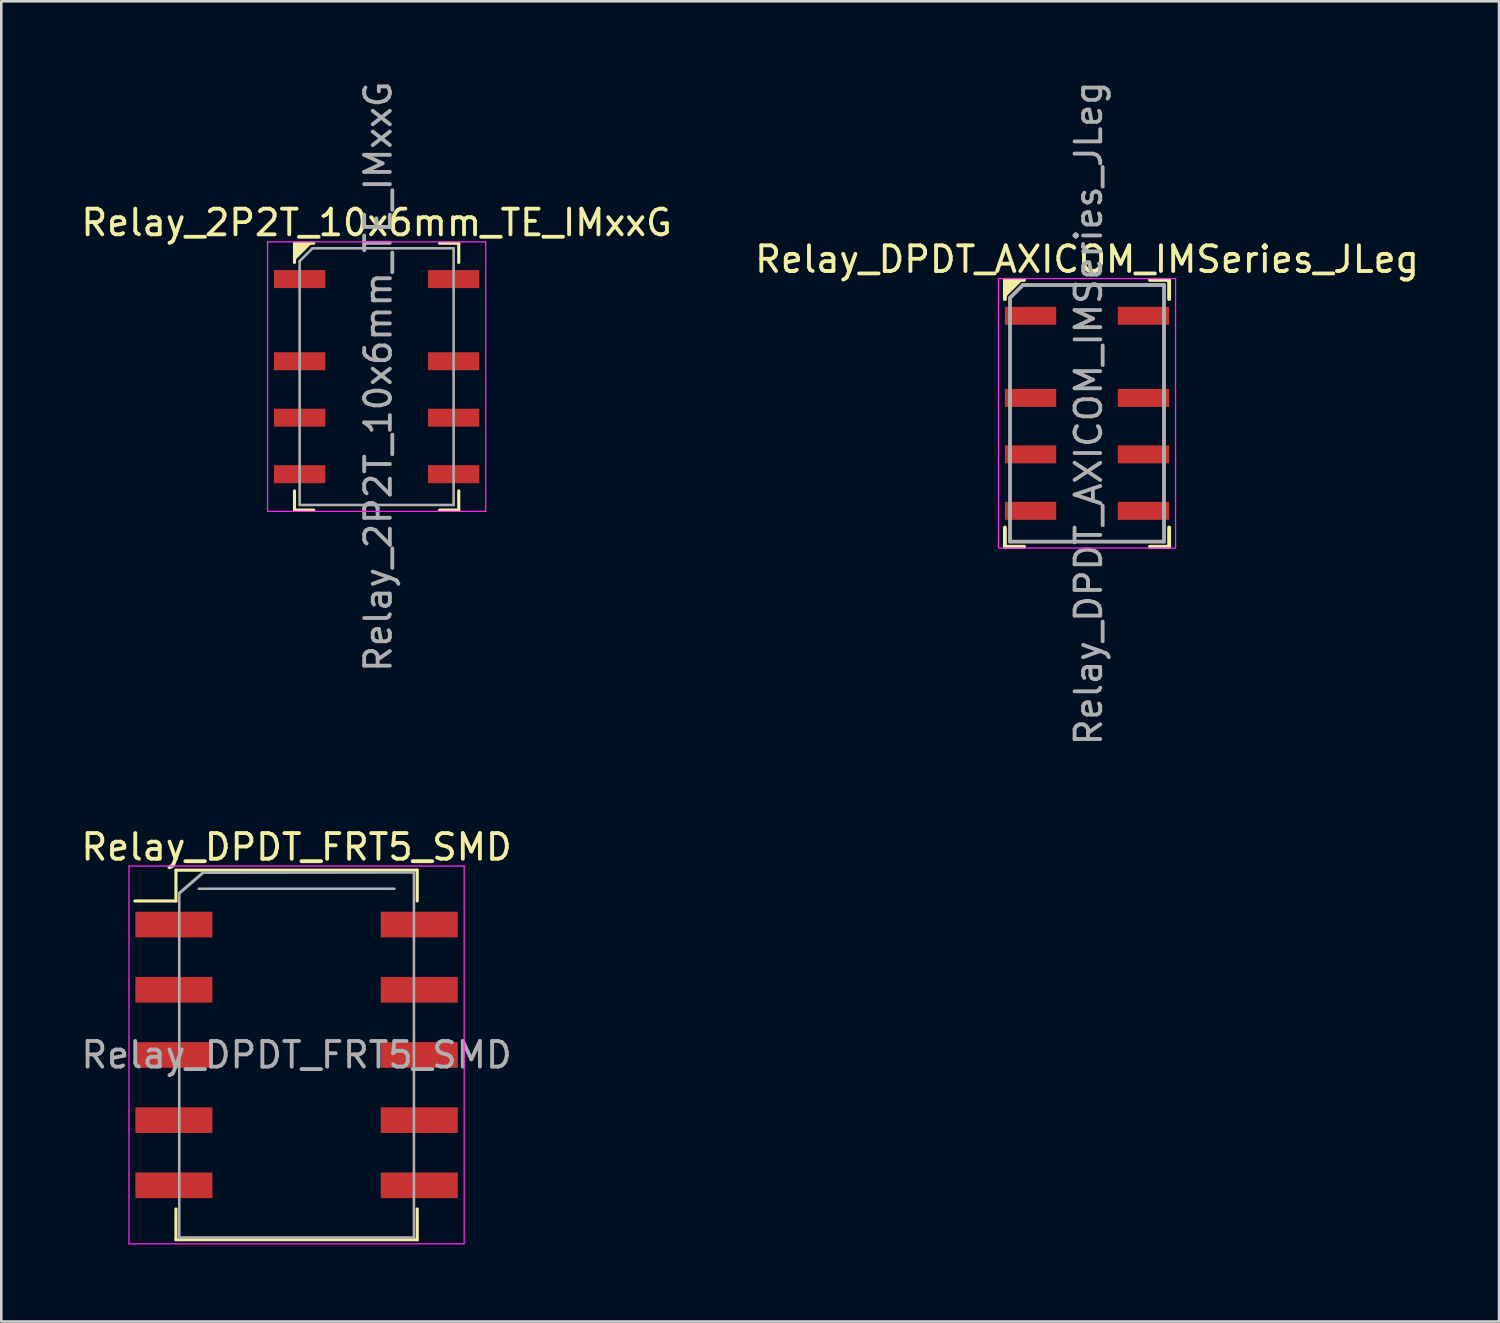
<source format=kicad_pcb>
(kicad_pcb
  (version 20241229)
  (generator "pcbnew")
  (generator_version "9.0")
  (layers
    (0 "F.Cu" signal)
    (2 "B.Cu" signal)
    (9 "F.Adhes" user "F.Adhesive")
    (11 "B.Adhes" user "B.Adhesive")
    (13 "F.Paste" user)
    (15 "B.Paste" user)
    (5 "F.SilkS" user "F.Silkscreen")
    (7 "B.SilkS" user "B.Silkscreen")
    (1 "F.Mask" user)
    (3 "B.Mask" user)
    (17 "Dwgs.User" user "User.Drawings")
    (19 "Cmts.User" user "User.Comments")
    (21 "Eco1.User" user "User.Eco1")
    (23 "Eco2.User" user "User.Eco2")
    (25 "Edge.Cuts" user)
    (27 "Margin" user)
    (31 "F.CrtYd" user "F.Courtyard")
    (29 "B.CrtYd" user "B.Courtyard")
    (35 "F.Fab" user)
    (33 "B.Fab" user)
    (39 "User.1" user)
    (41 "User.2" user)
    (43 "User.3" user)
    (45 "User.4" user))
  (footprint "Relay_2P2T_10x6mm_TE_IMxxG"
    (layer "F.Cu")
    (at 11.625 11.625)
    (property "Reference" "Relay_2P2T_10x6mm_TE_IMxxG" (at 0 -6 0) (layer "F.SilkS") (effects (font (size 1 1) (thickness 0.15))))
    (attr smd)
    (fp_line (start -3.2 -5.2) (end -3.2 -4.45) (stroke (width 0.12) (type solid)) (layer "F.SilkS"))
    (fp_line (start -3.2 4.45) (end -3.2 5.2) (stroke (width 0.12) (type solid)) (layer "F.SilkS"))
    (fp_line (start -3.2 5.2) (end -2.45 5.2) (stroke (width 0.12) (type solid)) (layer "F.SilkS"))
    (fp_line (start -3.05 -5.2) (end -3.2 -5.05) (stroke (width 0.12) (type solid)) (layer "F.SilkS"))
    (fp_line (start -2.9 -5.2) (end -3.2 -4.9) (stroke (width 0.12) (type solid)) (layer "F.SilkS"))
    (fp_line (start -2.75 -5.2) (end -3.2 -4.75) (stroke (width 0.12) (type solid)) (layer "F.SilkS"))
    (fp_line (start -2.6 -5.2) (end -3.2 -4.6) (stroke (width 0.12) (type solid)) (layer "F.SilkS"))
    (fp_line (start -2.45 -5.2) (end -3.2 -5.2) (stroke (width 0.12) (type solid)) (layer "F.SilkS"))
    (fp_line (start 2.45 -5.2) (end 3.2 -5.2) (stroke (width 0.12) (type solid)) (layer "F.SilkS"))
    (fp_line (start 2.45 5.2) (end 3.2 5.2) (stroke (width 0.12) (type solid)) (layer "F.SilkS"))
    (fp_line (start 3.2 -5.2) (end 3.2 -4.45) (stroke (width 0.12) (type solid)) (layer "F.SilkS"))
    (fp_line (start 3.2 4.45) (end 3.2 5.2) (stroke (width 0.12) (type solid)) (layer "F.SilkS"))
    (fp_line (start -4.25 -5.25) (end -4.25 5.25) (stroke (width 0.05) (type solid)) (layer "F.CrtYd"))
    (fp_line (start -4.25 5.25) (end 4.25 5.25) (stroke (width 0.05) (type solid)) (layer "F.CrtYd"))
    (fp_line (start 4.25 -5.25) (end -4.25 -5.25) (stroke (width 0.05) (type solid)) (layer "F.CrtYd"))
    (fp_line (start 4.25 5.25) (end 4.25 -5.25) (stroke (width 0.05) (type solid)) (layer "F.CrtYd"))
    (fp_line (start -3 -4.5) (end -2.5 -5) (stroke (width 0.1) (type solid)) (layer "F.Fab"))
    (fp_line (start -3 5) (end -3 -4.5) (stroke (width 0.1) (type solid)) (layer "F.Fab"))
    (fp_line (start -2.5 -5) (end 3 -5) (stroke (width 0.1) (type solid)) (layer "F.Fab"))
    (fp_line (start 3 -5) (end 3 5) (stroke (width 0.1) (type solid)) (layer "F.Fab"))
    (fp_line (start 3 5) (end -3 5) (stroke (width 0.1) (type solid)) (layer "F.Fab"))
    (fp_text user "${REFERENCE}" (at 0.06 0 90) (layer "F.Fab") (effects (font (size 1 1) (thickness 0.15))))
    (pad "1" smd rect (at -3 -3.8) (size 2 0.7) (layers "F.Cu" "F.Mask" "F.Paste"))
    (pad "2" smd rect (at -3 -0.6) (size 2 0.7) (layers "F.Cu" "F.Mask" "F.Paste"))
    (pad "3" smd rect (at -3 1.6) (size 2 0.7) (layers "F.Cu" "F.Mask" "F.Paste"))
    (pad "4" smd rect (at -3 3.8) (size 2 0.7) (layers "F.Cu" "F.Mask" "F.Paste"))
    (pad "5" smd rect (at 3 3.8) (size 2 0.7) (layers "F.Cu" "F.Mask" "F.Paste"))
    (pad "6" smd rect (at 3 1.6) (size 2 0.7) (layers "F.Cu" "F.Mask" "F.Paste"))
    (pad "7" smd rect (at 3 -0.6) (size 2 0.7) (layers "F.Cu" "F.Mask" "F.Paste"))
    (pad "8" smd rect (at 3 -3.8) (size 2 0.7) (layers "F.Cu" "F.Mask" "F.Paste")))
  (footprint "Relay_DPDT_AXICOM_IMSeries_JLeg"
    (layer "F.Cu")
    (at 39.304 13.054)
    (property "Reference" "Relay_DPDT_AXICOM_IMSeries_JLeg" (at 0 -6 0) (layer "F.SilkS") (effects (font (size 1 1) (thickness 0.15))))
    (attr smd)
    (fp_line (start -3.2 -5.2) (end -3.2 -4.45) (stroke (width 0.15) (type solid)) (layer "F.SilkS"))
    (fp_line (start -3.2 4.45) (end -3.2 5.2) (stroke (width 0.15) (type solid)) (layer "F.SilkS"))
    (fp_line (start -3.2 5.2) (end -2.45 5.2) (stroke (width 0.15) (type solid)) (layer "F.SilkS"))
    (fp_line (start -3.05 -5.2) (end -3.2 -5.05) (stroke (width 0.15) (type solid)) (layer "F.SilkS"))
    (fp_line (start -2.9 -5.2) (end -3.2 -4.9) (stroke (width 0.15) (type solid)) (layer "F.SilkS"))
    (fp_line (start -2.75 -5.2) (end -3.2 -4.75) (stroke (width 0.15) (type solid)) (layer "F.SilkS"))
    (fp_line (start -2.6 -5.2) (end -3.2 -4.6) (stroke (width 0.15) (type solid)) (layer "F.SilkS"))
    (fp_line (start -2.45 -5.2) (end -3.2 -5.2) (stroke (width 0.15) (type solid)) (layer "F.SilkS"))
    (fp_line (start 2.45 -5.2) (end 3.2 -5.2) (stroke (width 0.15) (type solid)) (layer "F.SilkS"))
    (fp_line (start 2.45 5.2) (end 3.2 5.2) (stroke (width 0.15) (type solid)) (layer "F.SilkS"))
    (fp_line (start 3.2 -5.2) (end 3.2 -4.45) (stroke (width 0.15) (type solid)) (layer "F.SilkS"))
    (fp_line (start 3.2 4.45) (end 3.2 5.2) (stroke (width 0.15) (type solid)) (layer "F.SilkS"))
    (fp_line (start -3.45 -5.25) (end -3.45 5.25) (stroke (width 0.05) (type solid)) (layer "F.CrtYd"))
    (fp_line (start -3.45 5.25) (end 3.45 5.25) (stroke (width 0.05) (type solid)) (layer "F.CrtYd"))
    (fp_line (start 3.45 -5.25) (end -3.45 -5.25) (stroke (width 0.05) (type solid)) (layer "F.CrtYd"))
    (fp_line (start 3.45 5.25) (end 3.45 -5.25) (stroke (width 0.05) (type solid)) (layer "F.CrtYd"))
    (fp_line (start -3 -4.5) (end -2.5 -5) (stroke (width 0.15) (type solid)) (layer "F.Fab"))
    (fp_line (start -3 5) (end -3 -4.5) (stroke (width 0.15) (type solid)) (layer "F.Fab"))
    (fp_line (start -2.5 -5) (end 3 -5) (stroke (width 0.15) (type solid)) (layer "F.Fab"))
    (fp_line (start 3 -5) (end 3 5) (stroke (width 0.15) (type solid)) (layer "F.Fab"))
    (fp_line (start 3 5) (end -3 5) (stroke (width 0.15) (type solid)) (layer "F.Fab"))
    (fp_text user "${REFERENCE}" (at 0.06 0 90) (layer "F.Fab") (effects (font (size 1 1) (thickness 0.15))))
    (pad "1" smd rect (at -2.2 -3.8) (size 2 0.7) (layers "F.Cu" "F.Mask" "F.Paste"))
    (pad "2" smd rect (at -2.2 -0.6) (size 2 0.7) (layers "F.Cu" "F.Mask" "F.Paste"))
    (pad "3" smd rect (at -2.2 1.6) (size 2 0.7) (layers "F.Cu" "F.Mask" "F.Paste"))
    (pad "4" smd rect (at -2.2 3.8) (size 2 0.7) (layers "F.Cu" "F.Mask" "F.Paste"))
    (pad "5" smd rect (at 2.2 3.8) (size 2 0.7) (layers "F.Cu" "F.Mask" "F.Paste"))
    (pad "6" smd rect (at 2.2 1.6) (size 2 0.7) (layers "F.Cu" "F.Mask" "F.Paste"))
    (pad "7" smd rect (at 2.2 -0.6) (size 2 0.7) (layers "F.Cu" "F.Mask" "F.Paste"))
    (pad "8" smd rect (at 2.2 -3.8) (size 2 0.7) (layers "F.Cu" "F.Mask" "F.Paste")))
  (footprint "Relay_DPDT_FRT5_SMD"
    (layer "F.Cu")
    (at 8.506 38.055)
    (property "Reference" "Relay_DPDT_FRT5_SMD" (at 0 -8.1 0) (layer "F.SilkS") (effects (font (size 1 1) (thickness 0.15))))
    (attr smd)
    (fp_line (start -4.7 -7.2) (end -4.7 -6) (stroke (width 0.12) (type solid)) (layer "F.SilkS"))
    (fp_line (start -4.7 -7.2) (end 4.7 -7.2) (stroke (width 0.12) (type solid)) (layer "F.SilkS"))
    (fp_line (start -4.7 -6) (end -6.3 -6) (stroke (width 0.12) (type solid)) (layer "F.SilkS"))
    (fp_line (start -4.7 7.2) (end -4.7 6) (stroke (width 0.12) (type solid)) (layer "F.SilkS"))
    (fp_line (start 4.7 -7.2) (end 4.7 -6) (stroke (width 0.12) (type solid)) (layer "F.SilkS"))
    (fp_line (start 4.7 7.2) (end -4.7 7.2) (stroke (width 0.12) (type solid)) (layer "F.SilkS"))
    (fp_line (start 4.7 7.2) (end 4.7 6) (stroke (width 0.12) (type solid)) (layer "F.SilkS"))
    (fp_line (start -6.53 -7.36) (end -6.53 7.36) (stroke (width 0.05) (type solid)) (layer "F.CrtYd"))
    (fp_line (start -6.53 -7.36) (end 6.53 -7.36) (stroke (width 0.05) (type solid)) (layer "F.CrtYd"))
    (fp_line (start 6.53 7.36) (end -6.53 7.36) (stroke (width 0.05) (type solid)) (layer "F.CrtYd"))
    (fp_line (start 6.53 7.36) (end 6.53 -7.36) (stroke (width 0.05) (type solid)) (layer "F.CrtYd"))
    (fp_line (start -4.572 -6.3) (end -3.65 -7.1) (stroke (width 0.12) (type solid)) (layer "F.Fab"))
    (fp_line (start -4.572 7.112) (end -4.572 -6.3) (stroke (width 0.1) (type solid)) (layer "F.Fab"))
    (fp_line (start -3.81 -6.477) (end 3.81 -6.477) (stroke (width 0.1) (type solid)) (layer "F.Fab"))
    (fp_line (start -3.65 -7.1) (end 4.572 -7.112) (stroke (width 0.1) (type solid)) (layer "F.Fab"))
    (fp_line (start 4.572 -7.112) (end 4.572 7.112) (stroke (width 0.1) (type solid)) (layer "F.Fab"))
    (fp_line (start 4.572 7.112) (end -4.572 7.112) (stroke (width 0.1) (type solid)) (layer "F.Fab"))
    (fp_text user "${REFERENCE}" (at 0 0 0) (layer "F.Fab") (effects (font (size 1 1) (thickness 0.15))))
    (pad "1" smd rect (at -4.78 -5.08) (size 3 1) (layers "F.Cu" "F.Mask" "F.Paste"))
    (pad "2" smd rect (at -4.78 -2.54) (size 3 1) (layers "F.Cu" "F.Mask" "F.Paste"))
    (pad "3" smd rect (at -4.78 0) (size 3 1) (layers "F.Cu" "F.Mask" "F.Paste"))
    (pad "4" smd rect (at -4.78 2.54) (size 3 1) (layers "F.Cu" "F.Mask" "F.Paste"))
    (pad "5" smd rect (at -4.78 5.08) (size 3 1) (layers "F.Cu" "F.Mask" "F.Paste"))
    (pad "6" smd rect (at 4.78 5.08) (size 3 1) (layers "F.Cu" "F.Mask" "F.Paste"))
    (pad "7" smd rect (at 4.78 2.54) (size 3 1) (layers "F.Cu" "F.Mask" "F.Paste"))
    (pad "8" smd rect (at 4.78 0) (size 3 1) (layers "F.Cu" "F.Mask" "F.Paste"))
    (pad "9" smd rect (at 4.78 -2.54) (size 3 1) (layers "F.Cu" "F.Mask" "F.Paste"))
    (pad "10" smd rect (at 4.78 -5.08) (size 3 1) (layers "F.Cu" "F.Mask" "F.Paste")))
  (gr_rect
    (start -3 -3)
    (end 55.357 48.44)
    (stroke (width 0.1) (type default))
    (fill no)
    (layer "Edge.Cuts")))
</source>
